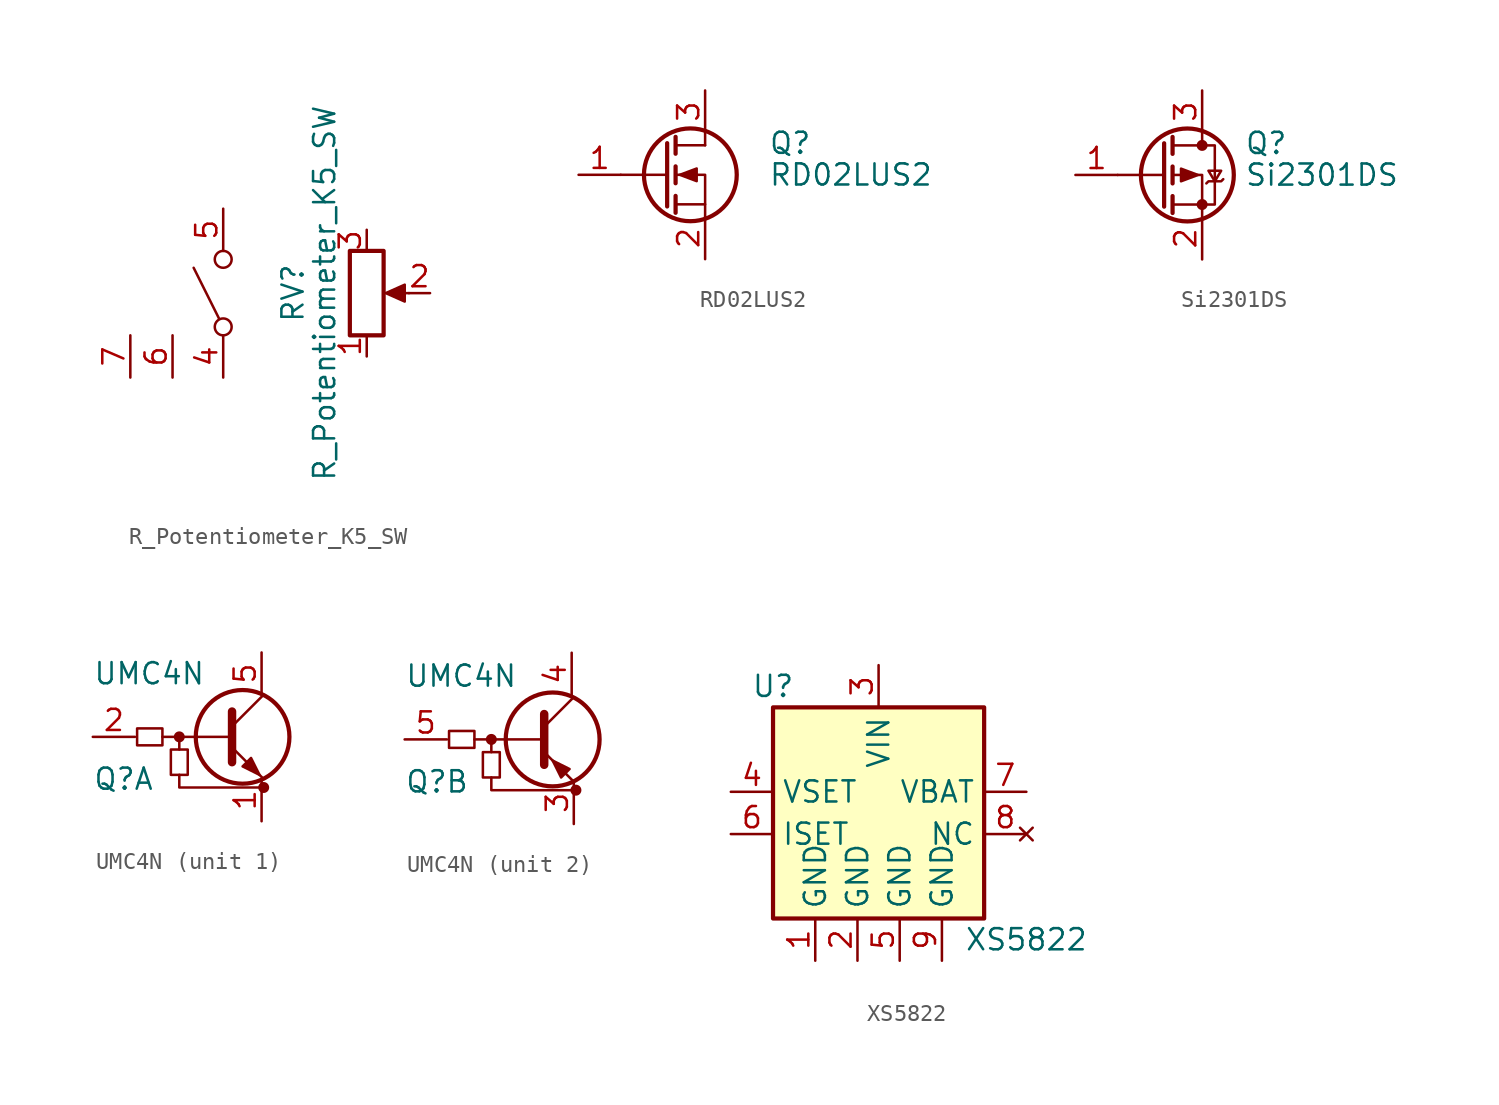
<source format=kicad_sym>
(kicad_symbol_lib
  (version 20220914)
  (generator kicad_symbol_editor)
  (symbol "R_Potentiometer_K5_SW"
    (pin_names
      (offset 1.016) hide)
    (property "Reference" "RV"
      (at -4.445 0 90)
      (effects (font (size 1.27 1.27))))
    (property "Value" "R_Potentiometer_K5_SW"
      (at -2.54 0 90)
      (effects (font (size 1.27 1.27))))
    (symbol "R_Potentiometer_K5_SW_0_0"
      (circle (center -8.636 -2.032) (radius 0.508) (stroke (width 0) (type default)) (fill (type none)))
      (circle (center -8.636 2.032) (radius 0.508) (stroke (width 0) (type default)) (fill (type none)))
      (polyline (pts (xy -8.89 -1.524) (xy -10.414 1.524)) (stroke (width 0) (type default)) (fill (type none))))
    (symbol "R_Potentiometer_K5_SW_0_1"
      (polyline (pts (xy 2.54 0) (xy 1.524 0)) (stroke (width 0) (type default)) (fill (type none)))
      (polyline (pts (xy 1.143 0) (xy 2.286 0.508) (xy 2.286 -0.508) (xy 1.143 0)) (stroke (width 0) (type default)) (fill (type outline)))
      (rectangle (start 1.016 2.54) (end -1.016 -2.54) (stroke (width 0.254) (type default)) (fill (type none))))
    (symbol "R_Potentiometer_K5_SW_1_0"
      (pin passive line (at -11.684 -5.08 90) (length 2.54) (name "" (effects (font (size 1.27 1.27)))) (number "6" (effects (font (size 1.27 1.27)))))
      (pin passive line (at -14.224 -5.08 90) (length 2.54) (name "" (effects (font (size 1.27 1.27)))) (number "7" (effects (font (size 1.27 1.27))))))
    (symbol "R_Potentiometer_K5_SW_1_1"
      (pin passive line (at 0 -3.81 90) (length 1.27) (name "1" (effects (font (size 1.27 1.27)))) (number "1" (effects (font (size 1.27 1.27)))))
      (pin passive line (at 3.81 0 180) (length 1.27) (name "2" (effects (font (size 1.27 1.27)))) (number "2" (effects (font (size 1.27 1.27)))))
      (pin passive line (at 0 3.81 270) (length 1.27) (name "3" (effects (font (size 1.27 1.27)))) (number "3" (effects (font (size 1.27 1.27)))))
      (pin passive line (at -8.636 -5.08 90) (length 2.54) (name "4" (effects (font (size 1.27 1.27)))) (number "4" (effects (font (size 1.27 1.27)))))
      (pin passive line (at -8.636 5.08 270) (length 2.54) (name "5" (effects (font (size 1.27 1.27)))) (number "5" (effects (font (size 1.27 1.27)))))))
  (symbol "RD02LUS2"
    (pin_names hide)
    (property "Reference" "Q"
      (at 6.35 1.905 0)
      (effects (font (size 1.27 1.27)) (justify left)))
    (property "Value" "RD02LUS2"
      (at 6.35 0 0)
      (effects (font (size 1.27 1.27)) (justify left)))
    (symbol "RD02LUS2_0_1"
      (polyline (pts (xy 0.254 0) (xy -2.54 0)) (stroke (width 0) (type default)) (fill (type none)))
      (polyline (pts (xy 0.254 1.905) (xy 0.254 -1.905)) (stroke (width 0.254) (type default)) (fill (type none)))
      (polyline (pts (xy 0.762 -1.27) (xy 0.762 -2.286)) (stroke (width 0.254) (type default)) (fill (type none)))
      (polyline (pts (xy 0.762 0.508) (xy 0.762 -0.508)) (stroke (width 0.254) (type default)) (fill (type none)))
      (polyline (pts (xy 0.762 2.286) (xy 0.762 1.27)) (stroke (width 0.254) (type default)) (fill (type none)))
      (polyline (pts (xy 2.54 2.54) (xy 2.54 1.778)) (stroke (width 0) (type default)) (fill (type none)))
      (polyline (pts (xy 2.54 -2.54) (xy 2.54 0) (xy 0.762 0)) (stroke (width 0) (type default)) (fill (type none)))
      (polyline (pts (xy 1.016 0) (xy 2.032 0.381) (xy 2.032 -0.381) (xy 1.016 0)) (stroke (width 0) (type default)) (fill (type outline)))
      (circle (center 1.651 0) (radius 2.794) (stroke (width 0.254) (type default)) (fill (type none))))
    (symbol "RD02LUS2_1_1"
      (polyline (pts (xy 0.762 -1.778) (xy 2.54 -1.778)) (stroke (width 0) (type default)) (fill (type none)))
      (polyline (pts (xy 0.762 1.778) (xy 2.54 1.778)) (stroke (width 0) (type default)) (fill (type none)))
      (pin input line (at -5.08 0 0) (length 2.54) (name "G" (effects (font (size 1.27 1.27)))) (number "1" (effects (font (size 1.27 1.27)))))
      (pin passive line (at 2.54 -5.08 90) (length 2.54) (name "S" (effects (font (size 1.27 1.27)))) (number "2" (effects (font (size 1.27 1.27)))))
      (pin passive line (at 2.54 5.08 270) (length 2.54) (name "D" (effects (font (size 1.27 1.27)))) (number "3" (effects (font (size 1.27 1.27)))))))
  (symbol "Si2301DS"
    (pin_names hide)
    (property "Reference" "Q"
      (at 5.08 1.905 0)
      (effects (font (size 1.27 1.27)) (justify left)))
    (property "Value" "Si2301DS"
      (at 5.08 0 0)
      (effects (font (size 1.27 1.27)) (justify left)))
    (symbol "Si2301DS_0_1"
      (polyline (pts (xy 0.254 0) (xy -2.54 0)) (stroke (width 0) (type default)) (fill (type none)))
      (polyline (pts (xy 0.254 1.905) (xy 0.254 -1.905)) (stroke (width 0.254) (type default)) (fill (type none)))
      (polyline (pts (xy 0.762 -1.27) (xy 0.762 -2.286)) (stroke (width 0.254) (type default)) (fill (type none)))
      (polyline (pts (xy 0.762 0.508) (xy 0.762 -0.508)) (stroke (width 0.254) (type default)) (fill (type none)))
      (polyline (pts (xy 0.762 2.286) (xy 0.762 1.27)) (stroke (width 0.254) (type default)) (fill (type none)))
      (polyline (pts (xy 2.54 2.54) (xy 2.54 1.778)) (stroke (width 0) (type default)) (fill (type none)))
      (polyline (pts (xy 2.54 -2.54) (xy 2.54 0) (xy 0.762 0)) (stroke (width 0) (type default)) (fill (type none)))
      (polyline (pts (xy 0.762 1.778) (xy 3.302 1.778) (xy 3.302 -1.778) (xy 0.762 -1.778)) (stroke (width 0) (type default)) (fill (type none)))
      (polyline (pts (xy 2.286 0) (xy 1.27 0.381) (xy 1.27 -0.381) (xy 2.286 0)) (stroke (width 0) (type default)) (fill (type outline)))
      (polyline (pts (xy 2.794 -0.508) (xy 2.921 -0.381) (xy 3.683 -0.381) (xy 3.81 -0.254)) (stroke (width 0) (type default)) (fill (type none)))
      (polyline (pts (xy 3.302 -0.381) (xy 2.921 0.254) (xy 3.683 0.254) (xy 3.302 -0.381)) (stroke (width 0) (type default)) (fill (type none)))
      (circle (center 1.651 0) (radius 2.794) (stroke (width 0.254) (type default)) (fill (type none)))
      (circle (center 2.54 -1.778) (radius 0.254) (stroke (width 0) (type default)) (fill (type outline)))
      (circle (center 2.54 1.778) (radius 0.254) (stroke (width 0) (type default)) (fill (type outline))))
    (symbol "Si2301DS_1_1"
      (pin input line (at -5.08 0 0) (length 2.54) (name "G" (effects (font (size 1.27 1.27)))) (number "1" (effects (font (size 1.27 1.27)))))
      (pin passive line (at 2.54 -5.08 90) (length 2.54) (name "S" (effects (font (size 1.27 1.27)))) (number "2" (effects (font (size 1.27 1.27)))))
      (pin passive line (at 2.54 5.08 270) (length 2.54) (name "D" (effects (font (size 1.27 1.27)))) (number "3" (effects (font (size 1.27 1.27)))))))
  (symbol "UMC4N"
    (pin_names hide)
    (property "Reference" "Q"
      (at -8.89 -2.54 0)
      (effects (font (size 1.27 1.27)) (justify left)))
    (property "Value" "UMC4N"
      (at -8.89 3.81 0)
      (effects (font (size 1.27 1.27)) (justify left)))
    (symbol "UMC4N_0_1"
      (rectangle (start -6.223 0.508) (end -4.699 -0.508) (stroke (width 0) (type default)) (fill (type none)))
      (rectangle (start -4.191 -2.286) (end -3.175 -0.762) (stroke (width 0) (type default)) (fill (type none)))
      (circle (center -3.683 0) (radius 0.254) (stroke (width 0) (type default)) (fill (type outline)))
      (polyline (pts (xy -3.683 -0.762) (xy -3.683 0)) (stroke (width 0) (type default)) (fill (type none)))
      (polyline (pts (xy -0.635 0) (xy -4.699 0)) (stroke (width 0) (type default)) (fill (type none)))
      (polyline (pts (xy -0.508 1.524) (xy -0.508 -1.524)) (stroke (width 0.508) (type default)) (fill (type none)))
      (polyline (pts (xy -3.683 -2.286) (xy -3.683 -3.048) (xy 1.397 -3.048)) (stroke (width 0) (type default)) (fill (type none)))
      (circle (center 1.397 -3.048) (radius 0.254) (stroke (width 0) (type default)) (fill (type outline))))
    (symbol "UMC4N_1_0"
      (pin input line (at -8.89 0 0) (length 2.54) (name "B1" (effects (font (size 1.27 1.27)))) (number "2" (effects (font (size 1.27 1.27))))))
    (symbol "UMC4N_1_1"
      (polyline (pts (xy -0.508 0.635) (xy 1.397 2.54)) (stroke (width 0) (type default)) (fill (type none)))
      (polyline (pts (xy -0.508 -0.635) (xy 1.397 -2.54) (xy 1.397 -2.54)) (stroke (width 0) (type default)) (fill (type none)))
      (polyline (pts (xy 0.127 -1.778) (xy 0.635 -1.27) (xy 1.143 -2.286) (xy 0.127 -1.778) (xy 0.127 -1.778)) (stroke (width 0) (type default)) (fill (type outline)))
      (circle (center 0.127 0) (radius 2.819) (stroke (width 0.254) (type default)) (fill (type none)))
      (pin passive line (at 1.27 -5.08 90) (length 2.54) (name "E1" (effects (font (size 1.27 1.27)))) (number "1" (effects (font (size 1.27 1.27)))))
      (pin passive line (at 1.27 5.08 270) (length 2.54) (name "C1" (effects (font (size 1.27 1.27)))) (number "5" (effects (font (size 1.27 1.27))))))
    (symbol "UMC4N_2_1"
      (polyline (pts (xy -0.635 0.635) (xy 1.27 2.54)) (stroke (width 0) (type default)) (fill (type none)))
      (polyline (pts (xy -0.635 -0.635) (xy 1.27 -2.54) (xy 1.27 -2.54)) (stroke (width 0) (type default)) (fill (type none)))
      (polyline (pts (xy 1.016 -1.778) (xy 0.508 -2.286) (xy 0 -1.27) (xy 1.016 -1.778) (xy 1.016 -1.778)) (stroke (width 0) (type default)) (fill (type outline)))
      (circle (center 0 0) (radius 2.819) (stroke (width 0.254) (type default)) (fill (type none)))
      (pin passive line (at 1.27 -5.08 90) (length 2.54) (name "E2" (effects (font (size 1.27 1.27)))) (number "3" (effects (font (size 1.27 1.27)))))
      (pin input line (at 1.143 5.207 270) (length 2.54) (name "C2" (effects (font (size 1.27 1.27)))) (number "4" (effects (font (size 1.27 1.27)))))
      (pin passive line (at -8.89 0 0) (length 2.54) (name "B2" (effects (font (size 1.27 1.27)))) (number "5" (effects (font (size 1.27 1.27)))))))
  (symbol "XS5822"
    (property "Reference" "U"
      (at -6.35 7.62 0)
      (effects (font (size 1.27 1.27))))
    (property "Value" "XS5822"
      (at 8.89 -7.62 0)
      (effects (font (size 1.27 1.27))))
    (symbol "XS5822_1_1"
      (rectangle (start -6.35 6.35) (end 6.35 -6.35) (stroke (width 0.254) (type default)) (fill (type background)))
      (pin power_in line (at -3.81 -8.89 90) (length 2.54) (name "GND" (effects (font (size 1.27 1.27)))) (number "1" (effects (font (size 1.27 1.27)))))
      (pin power_in line (at -1.27 -8.89 90) (length 2.54) (name "GND" (effects (font (size 1.27 1.27)))) (number "2" (effects (font (size 1.27 1.27)))))
      (pin power_in line (at 0 8.89 270) (length 2.54) (name "VIN" (effects (font (size 1.27 1.27)))) (number "3" (effects (font (size 1.27 1.27)))))
      (pin input line (at -8.89 1.27 0) (length 2.54) (name "VSET" (effects (font (size 1.27 1.27)))) (number "4" (effects (font (size 1.27 1.27)))))
      (pin power_in line (at 1.27 -8.89 90) (length 2.54) (name "GND" (effects (font (size 1.27 1.27)))) (number "5" (effects (font (size 1.27 1.27)))))
      (pin input line (at -8.89 -1.27 0) (length 2.54) (name "ISET" (effects (font (size 1.27 1.27)))) (number "6" (effects (font (size 1.27 1.27)))))
      (pin power_out line (at 8.89 1.27 180) (length 2.54) (name "VBAT" (effects (font (size 1.27 1.27)))) (number "7" (effects (font (size 1.27 1.27)))))
      (pin no_connect line (at 8.89 -1.27 180) (length 2.54) (name "NC" (effects (font (size 1.27 1.27)))) (number "8" (effects (font (size 1.27 1.27)))))
      (pin power_in line (at 3.81 -8.89 90) (length 2.54) (name "GND" (effects (font (size 1.27 1.27)))) (number "9" (effects (font (size 1.27 1.27))))))))
</source>
